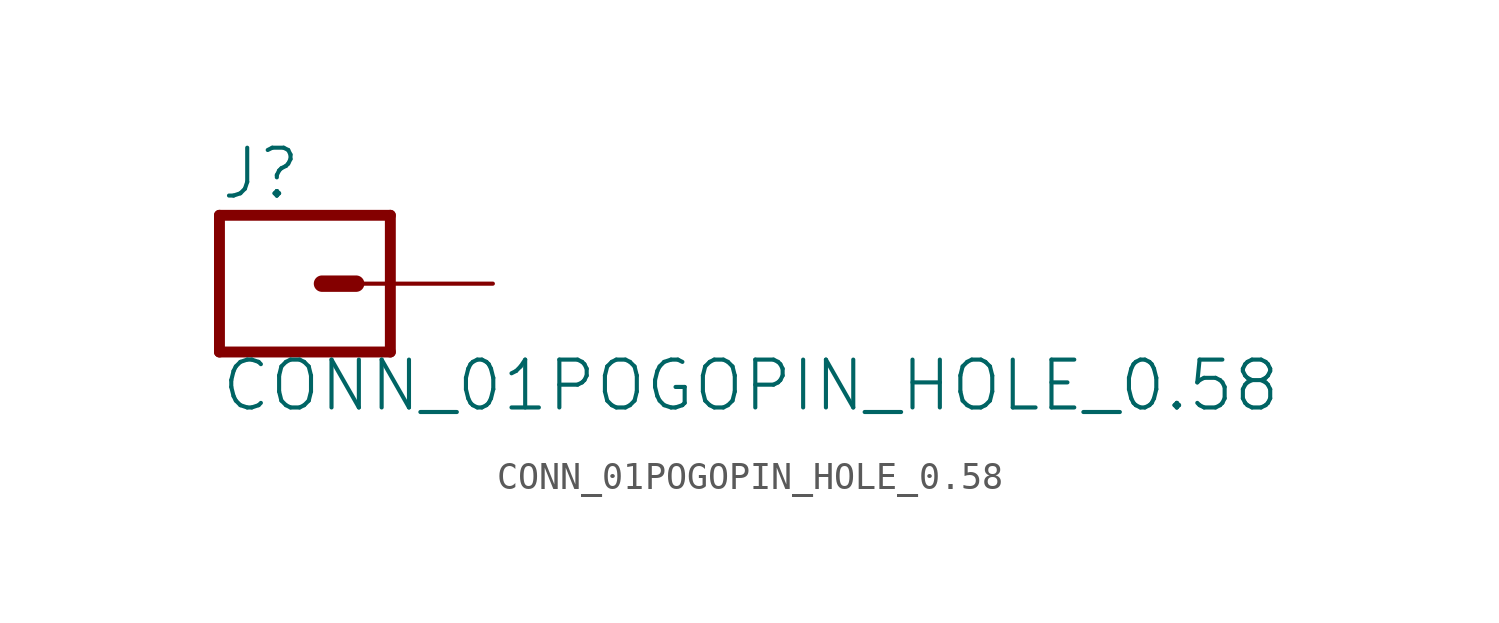
<source format=kicad_sym>
(kicad_symbol_lib
  (version 20211014)
  (generator kicad_symbol_editor)
  (symbol "CONN_01POGOPIN_HOLE_0.58"
    (property "Reference" "J"
      (at -2.54 3.048 0)
      (effects (font (size 1.778 1.778)) (justify left bottom)))
    (property "Value" "CONN_01POGOPIN_HOLE_0.58"
      (at -2.54 -4.826 0)
      (effects (font (size 1.778 1.778)) (justify left bottom)))
    (property "ki_locked" ""
      (at 0 0 0)
      (effects (font (size 1.27 1.27))))
    (symbol "CONN_01POGOPIN_HOLE_0.58_1_0"
      (polyline (pts (xy -2.54 2.54) (xy -2.54 -2.54)) (stroke (width 0.406) (type default) (color 0 0 0 0)) (fill (type none)))
      (polyline (pts (xy -2.54 2.54) (xy 3.81 2.54)) (stroke (width 0.406) (type default) (color 0 0 0 0)) (fill (type none)))
      (polyline (pts (xy 1.27 0) (xy 2.54 0)) (stroke (width 0.61) (type default) (color 0 0 0 0)) (fill (type none)))
      (polyline (pts (xy 3.81 -2.54) (xy -2.54 -2.54)) (stroke (width 0.406) (type default) (color 0 0 0 0)) (fill (type none)))
      (polyline (pts (xy 3.81 -2.54) (xy 3.81 2.54)) (stroke (width 0.406) (type default) (color 0 0 0 0)) (fill (type none)))
      (pin passive line (at 7.62 0 180) (length 5.08) (name "1" (effects (font (size 0 0)))) (number "1" (effects (font (size 0 0))))))))
</source>
